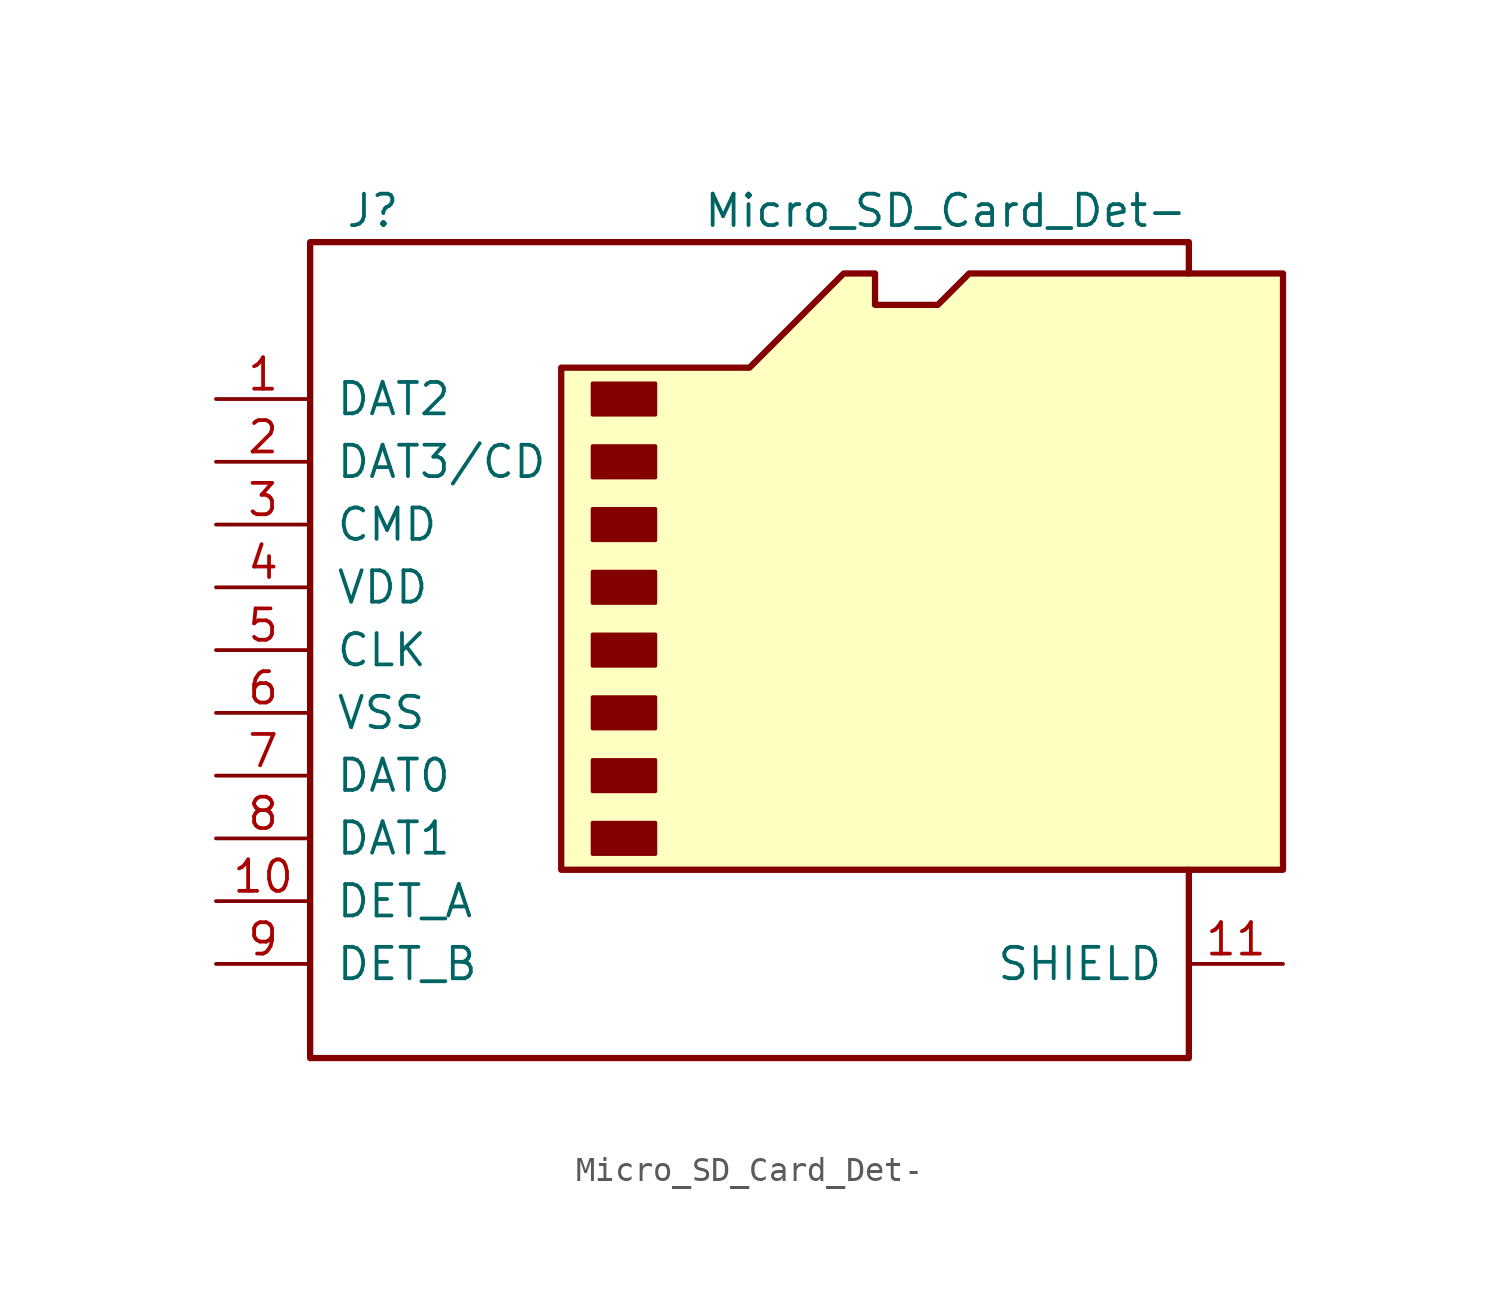
<source format=kicad_sym>
(kicad_symbol_lib
  (version 20220914)
  (generator kicad_symbol_editor)
  (symbol "Micro_SD_Card_Det-"
    (pin_names
      (offset 1.016))
    (property "Reference" "J"
      (at -16.51 17.78 0)
      (effects (font (size 1.27 1.27))))
    (property "Value" "Micro_SD_Card_Det-"
      (at 16.51 17.78 0)
      (effects (font (size 1.27 1.27)) (justify right)))
    (symbol "Micro_SD_Card_Det-_0_1"
      (rectangle (start -7.62 -6.985) (end -5.08 -8.255) (stroke (width 0) (type solid)) (fill (type outline)))
      (rectangle (start -7.62 -4.445) (end -5.08 -5.715) (stroke (width 0) (type solid)) (fill (type outline)))
      (rectangle (start -7.62 -1.905) (end -5.08 -3.175) (stroke (width 0) (type solid)) (fill (type outline)))
      (rectangle (start -7.62 0.635) (end -5.08 -0.635) (stroke (width 0) (type solid)) (fill (type outline)))
      (rectangle (start -7.62 3.175) (end -5.08 1.905) (stroke (width 0) (type solid)) (fill (type outline)))
      (rectangle (start -7.62 5.715) (end -5.08 4.445) (stroke (width 0) (type solid)) (fill (type outline)))
      (rectangle (start -7.62 8.255) (end -5.08 6.985) (stroke (width 0) (type solid)) (fill (type outline)))
      (rectangle (start -7.62 10.795) (end -5.08 9.525) (stroke (width 0) (type solid)) (fill (type outline)))
      (polyline (pts (xy 16.51 15.24) (xy 16.51 16.51) (xy -19.05 16.51) (xy -19.05 -16.51) (xy 16.51 -16.51) (xy 16.51 -8.89)) (stroke (width 0.254) (type solid)) (fill (type none)))
      (polyline (pts (xy -8.89 -8.89) (xy -8.89 11.43) (xy -1.27 11.43) (xy 2.54 15.24) (xy 3.81 15.24) (xy 3.81 13.97) (xy 6.35 13.97) (xy 7.62 15.24) (xy 20.32 15.24) (xy 20.32 -8.89) (xy -8.89 -8.89)) (stroke (width 0.254) (type solid)) (fill (type background))))
    (symbol "Micro_SD_Card_Det-_1_1"
      (pin bidirectional line (at -22.86 10.16 0) (length 3.81) (name "DAT2" (effects (font (size 1.27 1.27)))) (number "1" (effects (font (size 1.27 1.27)))))
      (pin passive line (at -22.86 -10.16 0) (length 3.81) (name "DET_A" (effects (font (size 1.27 1.27)))) (number "10" (effects (font (size 1.27 1.27)))))
      (pin passive line (at 20.32 -12.7 180) (length 3.81) (name "SHIELD" (effects (font (size 1.27 1.27)))) (number "11" (effects (font (size 1.27 1.27)))))
      (pin bidirectional line (at -22.86 7.62 0) (length 3.81) (name "DAT3/CD" (effects (font (size 1.27 1.27)))) (number "2" (effects (font (size 1.27 1.27)))))
      (pin input line (at -22.86 5.08 0) (length 3.81) (name "CMD" (effects (font (size 1.27 1.27)))) (number "3" (effects (font (size 1.27 1.27)))))
      (pin power_in line (at -22.86 2.54 0) (length 3.81) (name "VDD" (effects (font (size 1.27 1.27)))) (number "4" (effects (font (size 1.27 1.27)))))
      (pin input line (at -22.86 0 0) (length 3.81) (name "CLK" (effects (font (size 1.27 1.27)))) (number "5" (effects (font (size 1.27 1.27)))))
      (pin power_in line (at -22.86 -2.54 0) (length 3.81) (name "VSS" (effects (font (size 1.27 1.27)))) (number "6" (effects (font (size 1.27 1.27)))))
      (pin input line (at -22.86 -5.08 0) (length 3.81) (name "DAT0" (effects (font (size 1.27 1.27)))) (number "7" (effects (font (size 1.27 1.27)))))
      (pin input line (at -22.86 -7.62 0) (length 3.81) (name "DAT1" (effects (font (size 1.27 1.27)))) (number "8" (effects (font (size 1.27 1.27)))))
      (pin passive line (at -22.86 -12.7 0) (length 3.81) (name "DET_B" (effects (font (size 1.27 1.27)))) (number "9" (effects (font (size 1.27 1.27))))))))
</source>
